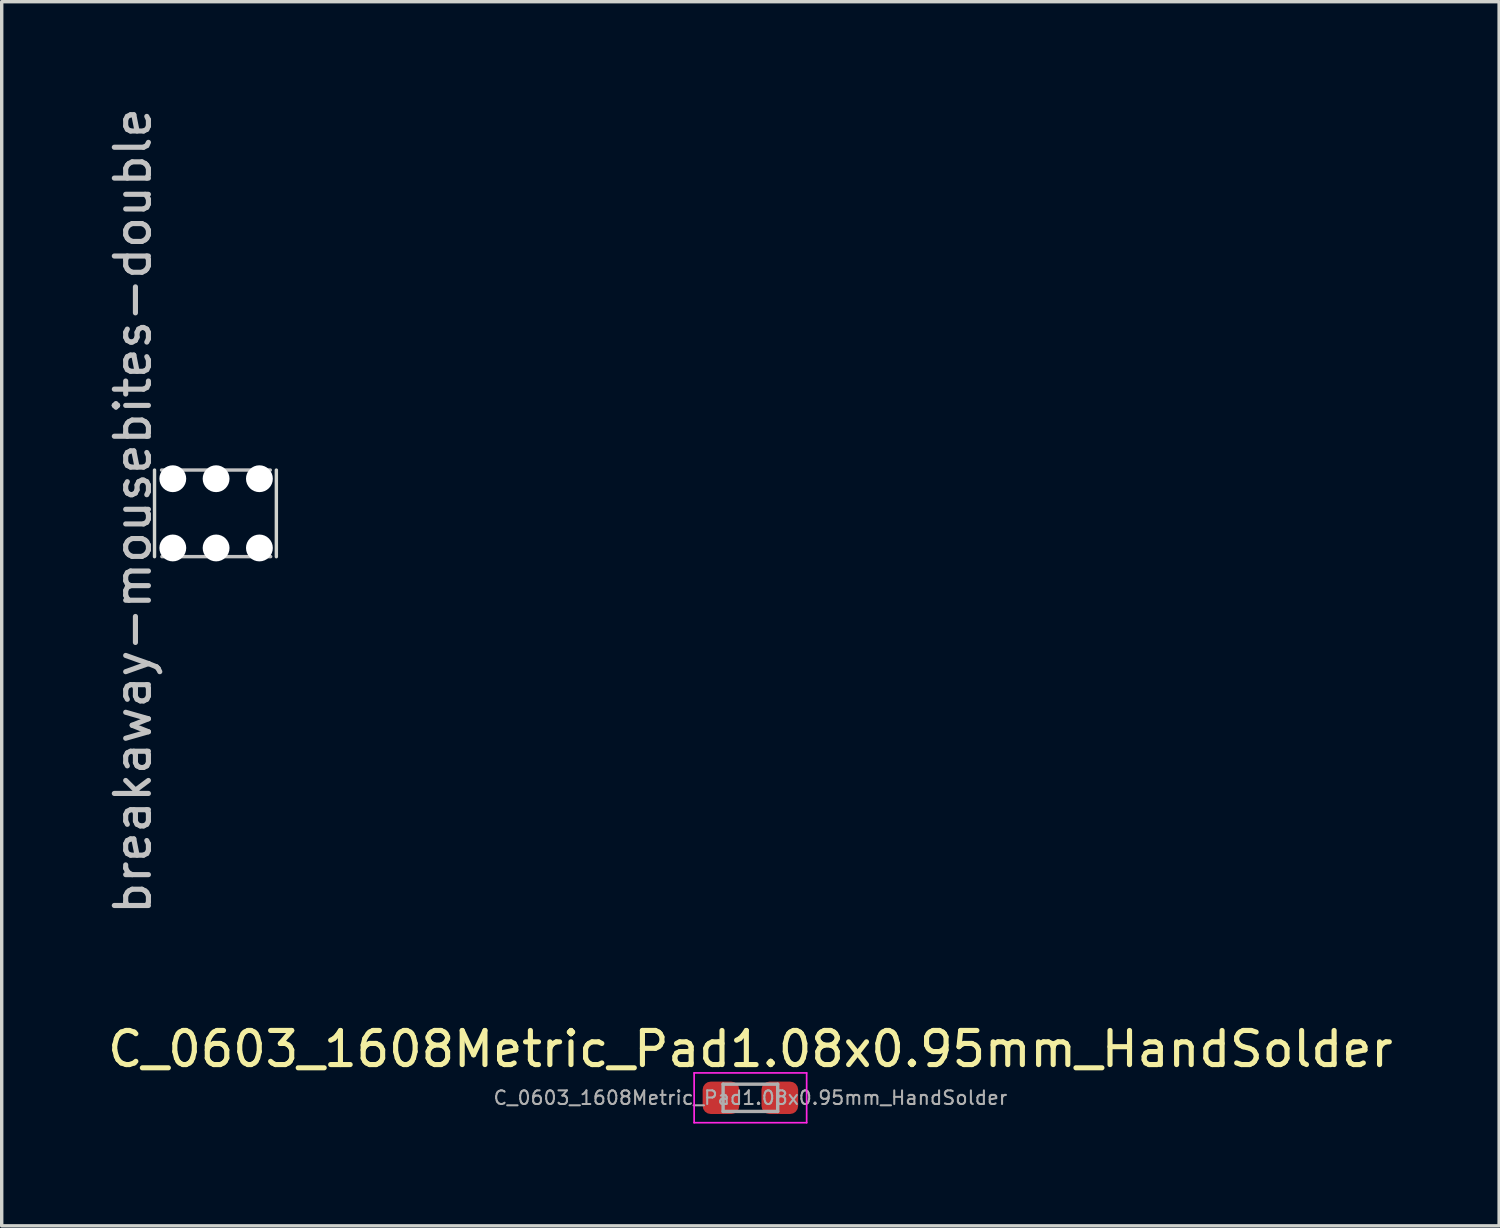
<source format=kicad_pcb>
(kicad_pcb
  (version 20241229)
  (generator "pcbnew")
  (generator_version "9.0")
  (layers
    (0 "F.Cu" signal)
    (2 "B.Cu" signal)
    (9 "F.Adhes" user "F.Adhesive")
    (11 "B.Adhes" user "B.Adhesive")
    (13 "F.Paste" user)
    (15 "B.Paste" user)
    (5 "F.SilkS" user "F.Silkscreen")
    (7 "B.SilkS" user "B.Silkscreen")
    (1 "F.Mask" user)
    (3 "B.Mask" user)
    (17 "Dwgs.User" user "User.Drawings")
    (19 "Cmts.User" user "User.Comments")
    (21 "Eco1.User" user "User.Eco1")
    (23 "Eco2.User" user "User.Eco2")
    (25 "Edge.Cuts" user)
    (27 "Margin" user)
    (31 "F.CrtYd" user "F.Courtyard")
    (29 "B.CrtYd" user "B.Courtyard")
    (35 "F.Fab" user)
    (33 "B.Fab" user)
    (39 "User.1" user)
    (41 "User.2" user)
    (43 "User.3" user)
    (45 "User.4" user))
  (footprint "breakaway-mousebites-double"
    (layer "F.Cu")
    (at 3.288 13.275)
    (property "Reference" "breakaway-mousebites-double" (at -2.44 -1.34 270) (layer "Dwgs.User") (effects (font (size 1 1) (thickness 0.15))))
    (attr exclude_from_pos_files)
    (fp_line (start -1.59 0) (end 1.6 0) (stroke (width 0.1) (type solid)) (layer "Dwgs.User"))
    (fp_line (start 1.59 -2.539) (end -1.6 -2.539) (stroke (width 0.1) (type solid)) (layer "Dwgs.User"))
    (fp_line (start -1.806 -2.538) (end -1.806 0.002) (stroke (width 0.1) (type solid)) (layer "Edge.Cuts"))
    (fp_line (start 1.767 -2.538) (end 1.767 0.002) (stroke (width 0.1) (type solid)) (layer "Edge.Cuts"))
    (pad "" np_thru_hole circle (at -1.27 -2.285 180) (size 0.787 0.787) (drill 0.787) (layers "*.Cu" "*.Mask"))
    (pad "" np_thru_hole circle (at -1.27 -0.254) (size 0.787 0.787) (drill 0.787) (layers "*.Cu" "*.Mask"))
    (pad "" np_thru_hole circle (at 0 -2.285 180) (size 0.787 0.787) (drill 0.787) (layers "*.Cu" "*.Mask"))
    (pad "" np_thru_hole circle (at 0 -0.254) (size 0.787 0.787) (drill 0.787) (layers "*.Cu" "*.Mask"))
    (pad "" np_thru_hole circle (at 1.27 -2.285 180) (size 0.787 0.787) (drill 0.787) (layers "*.Cu" "*.Mask"))
    (pad "" np_thru_hole circle (at 1.27 -0.254) (size 0.787 0.787) (drill 0.787) (layers "*.Cu" "*.Mask")))
  (footprint "C_0603_1608Metric_Pad1.08x0.95mm_HandSolder"
    (layer "F.Cu")
    (at 18.958 29.147)
    (property "Reference" "C_0603_1608Metric_Pad1.08x0.95mm_HandSolder" (at 0 -1.43 180) (layer "F.SilkS") (effects (font (size 1 1) (thickness 0.15))))
    (attr smd)
    (fp_line (start -1.65 -0.73) (end 1.65 -0.73) (stroke (width 0.05) (type solid)) (layer "F.CrtYd"))
    (fp_line (start -1.65 0.73) (end -1.65 -0.73) (stroke (width 0.05) (type solid)) (layer "F.CrtYd"))
    (fp_line (start 1.65 -0.73) (end 1.65 0.73) (stroke (width 0.05) (type solid)) (layer "F.CrtYd"))
    (fp_line (start 1.65 0.73) (end -1.65 0.73) (stroke (width 0.05) (type solid)) (layer "F.CrtYd"))
    (fp_line (start -0.8 -0.4) (end 0.8 -0.4) (stroke (width 0.1) (type solid)) (layer "F.Fab"))
    (fp_line (start -0.8 0.4) (end -0.8 -0.4) (stroke (width 0.1) (type solid)) (layer "F.Fab"))
    (fp_line (start 0.8 -0.4) (end 0.8 0.4) (stroke (width 0.1) (type solid)) (layer "F.Fab"))
    (fp_line (start 0.8 0.4) (end -0.8 0.4) (stroke (width 0.1) (type solid)) (layer "F.Fab"))
    (fp_text user "${REFERENCE}" (at 0 0 180) (layer "F.Fab") (effects (font (size 0.4 0.4) (thickness 0.06))))
    (pad "1" smd roundrect (at -0.863 0) (size 1.075 0.95) (layers "F.Cu" "F.Mask" "F.Paste") (roundrect_rratio 0.25))
    (pad "2" smd roundrect (at 0.863 0) (size 1.075 0.95) (layers "F.Cu" "F.Mask" "F.Paste") (roundrect_rratio 0.25)))
  (gr_rect
    (start -3 -3)
    (end 40.917 32.902)
    (stroke (width 0.1) (type default))
    (fill no)
    (layer "Edge.Cuts")))
</source>
